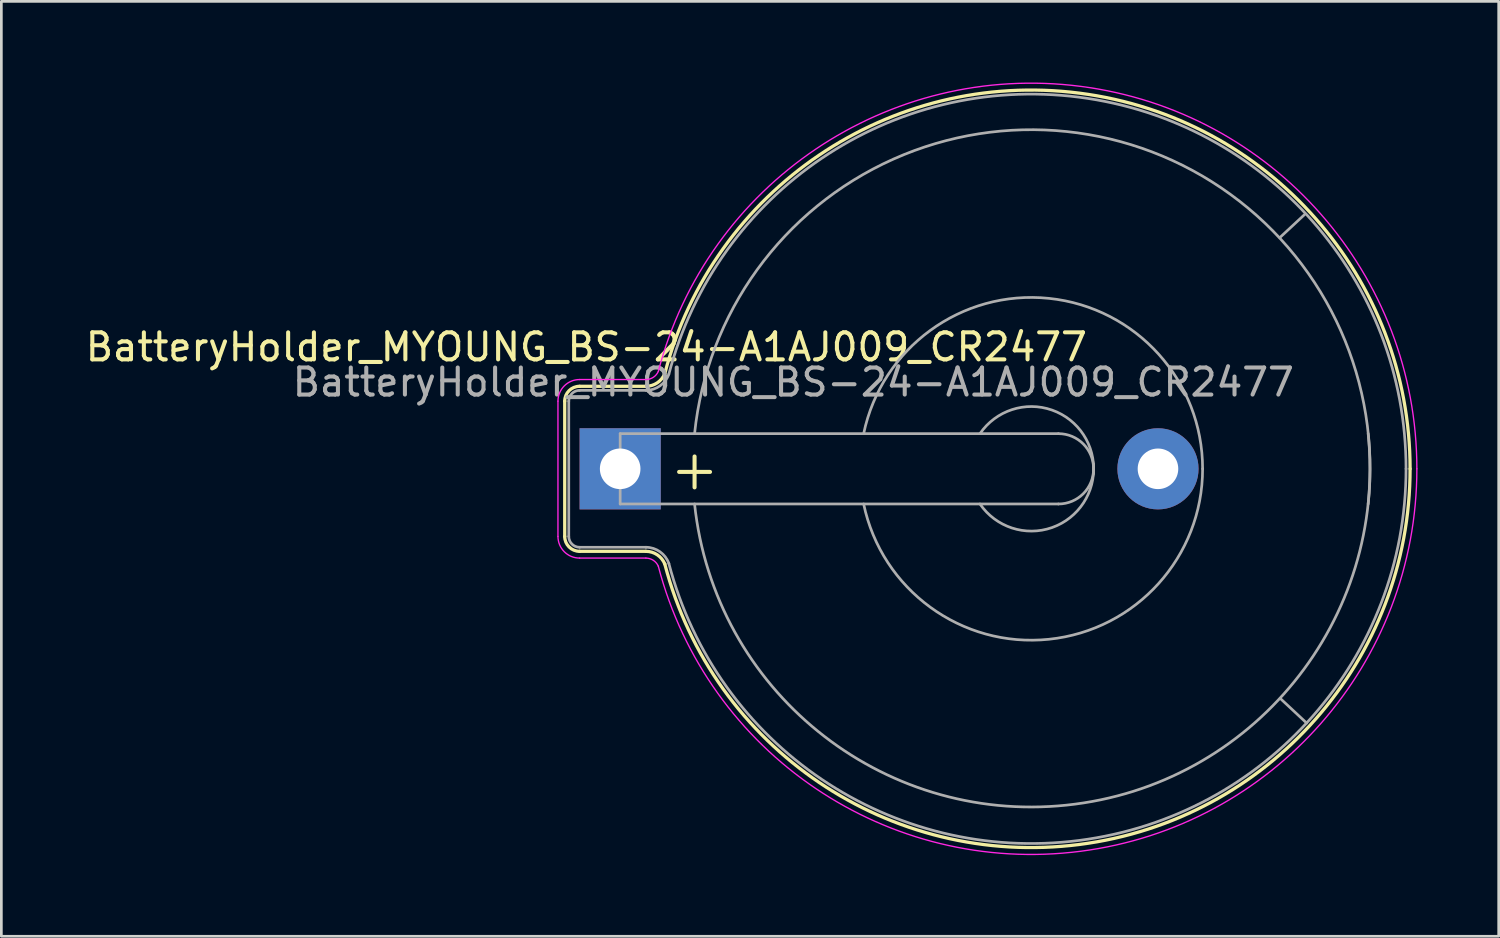
<source format=kicad_pcb>
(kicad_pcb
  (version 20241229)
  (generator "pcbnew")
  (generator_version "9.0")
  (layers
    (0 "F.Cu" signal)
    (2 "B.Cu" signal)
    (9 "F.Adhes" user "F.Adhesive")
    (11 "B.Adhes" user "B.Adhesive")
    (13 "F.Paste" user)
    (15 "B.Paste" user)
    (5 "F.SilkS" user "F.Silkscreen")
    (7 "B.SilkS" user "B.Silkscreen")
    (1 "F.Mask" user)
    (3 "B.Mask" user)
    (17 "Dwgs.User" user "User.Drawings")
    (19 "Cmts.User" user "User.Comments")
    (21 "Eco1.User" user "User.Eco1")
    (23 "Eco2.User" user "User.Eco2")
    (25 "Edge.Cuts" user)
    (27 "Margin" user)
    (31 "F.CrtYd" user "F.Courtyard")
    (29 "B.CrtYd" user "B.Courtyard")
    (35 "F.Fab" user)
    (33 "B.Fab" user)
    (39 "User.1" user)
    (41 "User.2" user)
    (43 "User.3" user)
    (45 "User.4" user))
  (footprint "BatteryHolder_MYOUNG_BS-24-A1AJ009_CR2477"
    (layer "F.Cu")
    (at 19.875 14.28)
    (property "Reference" "BatteryHolder_MYOUNG_BS-24-A1AJ009_CR2477" (at -1.25 -4.5 0) (layer "F.SilkS") (effects (font (size 1 1) (thickness 0.15))))
    (attr through_hole)
    (fp_line (start -2.05 -2.5) (end -2.05 2.5) (stroke (width 0.12) (type solid)) (layer "F.SilkS"))
    (fp_line (start -1.5 3.05) (end 0.95 3.05) (stroke (width 0.12) (type solid)) (layer "F.SilkS"))
    (fp_line (start 0.95 -3.05) (end -1.5 -3.05) (stroke (width 0.12) (type solid)) (layer "F.SilkS"))
    (fp_arc (start -2.05 -2.5) (mid -1.888909 -2.888909) (end -1.5 -3.05) (stroke (width 0.12) (type solid)) (layer "F.SilkS"))
    (fp_arc (start -1.5 3.05) (mid -1.888909 2.888909) (end -2.05 2.5) (stroke (width 0.12) (type solid)) (layer "F.SilkS"))
    (fp_arc (start 0.95 3.05) (mid 1.371574 3.1784) (end 1.65 3.52) (stroke (width 0.12) (type solid)) (layer "F.SilkS"))
    (fp_arc (start 1.65 -3.52) (mid 1.371575 -3.1784) (end 0.95 -3.05) (stroke (width 0.12) (type solid)) (layer "F.SilkS"))
    (fp_arc (start 1.65 -3.52) (mid 16.974433 -13.886953) (end 29.2 0) (stroke (width 0.12) (type solid)) (layer "F.SilkS"))
    (fp_arc (start 29.2 0) (mid 16.974433 13.886952) (end 1.65 3.52) (stroke (width 0.12) (type solid)) (layer "F.SilkS"))
    (fp_line (start -2.3 -2.5) (end -2.3 2.5) (stroke (width 0.05) (type solid)) (layer "F.CrtYd"))
    (fp_line (start -1.5 3.3) (end 0.95 3.3) (stroke (width 0.05) (type solid)) (layer "F.CrtYd"))
    (fp_line (start 0.95 -3.3) (end -1.5 -3.3) (stroke (width 0.05) (type solid)) (layer "F.CrtYd"))
    (fp_arc (start -2.3 -2.5) (mid -2.065685 -3.065685) (end -1.5 -3.3) (stroke (width 0.05) (type solid)) (layer "F.CrtYd"))
    (fp_arc (start -1.5 3.3) (mid -2.065685 3.065685) (end -2.3 2.5) (stroke (width 0.05) (type solid)) (layer "F.CrtYd"))
    (fp_arc (start 0.95 3.3) (mid 1.22459 3.381628) (end 1.41 3.6) (stroke (width 0.05) (type solid)) (layer "F.CrtYd"))
    (fp_arc (start 1.41 -3.6) (mid 1.224591 -3.381627) (end 0.95 -3.3) (stroke (width 0.05) (type solid)) (layer "F.CrtYd"))
    (fp_arc (start 1.41 -3.6) (mid 17.014123 -14.138563) (end 29.45 0) (stroke (width 0.05) (type solid)) (layer "F.CrtYd"))
    (fp_arc (start 29.45 0) (mid 17.014124 14.138563) (end 1.41 3.6) (stroke (width 0.05) (type solid)) (layer "F.CrtYd"))
    (fp_line (start -1.9 -2.5) (end -1.9 2.5) (stroke (width 0.1) (type solid)) (layer "F.Fab"))
    (fp_line (start -1.5 2.9) (end 0.95 2.9) (stroke (width 0.1) (type solid)) (layer "F.Fab"))
    (fp_line (start 0 -1.3) (end 0 1.3) (stroke (width 0.1) (type solid)) (layer "F.Fab"))
    (fp_line (start 0 1.3) (end 16.2 1.3) (stroke (width 0.1) (type solid)) (layer "F.Fab"))
    (fp_line (start 0.95 -2.9) (end -1.5 -2.9) (stroke (width 0.1) (type solid)) (layer "F.Fab"))
    (fp_line (start 16.2 -1.3) (end 0 -1.3) (stroke (width 0.1) (type solid)) (layer "F.Fab"))
    (fp_line (start 24.384 -8.547) (end 25.299 -9.399) (stroke (width 0.1) (type solid)) (layer "F.Fab"))
    (fp_line (start 24.409 8.496) (end 25.375 9.398) (stroke (width 0.1) (type solid)) (layer "F.Fab"))
    (fp_arc (start -1.9 -2.5) (mid -1.782843 -2.782843) (end -1.5 -2.9) (stroke (width 0.1) (type solid)) (layer "F.Fab"))
    (fp_arc (start -1.5 2.9) (mid -1.782843 2.782843) (end -1.9 2.5) (stroke (width 0.1) (type solid)) (layer "F.Fab"))
    (fp_arc (start 0.95 2.9) (mid 1.470216 3.06511) (end 1.8 3.5) (stroke (width 0.1) (type solid)) (layer "F.Fab"))
    (fp_arc (start 1.8 -3.5) (mid 1.470217 -3.06511) (end 0.95 -2.9) (stroke (width 0.1) (type solid)) (layer "F.Fab"))
    (fp_arc (start 1.8 -3.5) (mid 16.964356 -13.736686) (end 29.049508 0) (stroke (width 0.1) (type solid)) (layer "F.Fab"))
    (fp_arc (start 2.75 -1.3) (mid 16.5 -12.45) (end 27.65 1.3) (stroke (width 0.1) (type solid)) (layer "F.Fab"))
    (fp_arc (start 9 -1.3) (mid 15.851289 -6.300938) (end 21.53 0) (stroke (width 0.1) (type solid)) (layer "F.Fab"))
    (fp_arc (start 13.3 -1.3) (mid 15.963947 -2.171724) (end 17.495448 0.175833) (stroke (width 0.1) (type solid)) (layer "F.Fab"))
    (fp_arc (start 16.2 -1.3) (mid 17.5 0) (end 16.2 1.3) (stroke (width 0.1) (type solid)) (layer "F.Fab"))
    (fp_arc (start 17.495448 -0.175833) (mid 15.963947 2.171724) (end 13.3 1.3) (stroke (width 0.1) (type solid)) (layer "F.Fab"))
    (fp_arc (start 21.53 0) (mid 15.851292 6.300937) (end 9 1.3) (stroke (width 0.1) (type solid)) (layer "F.Fab"))
    (fp_arc (start 27.65 -1.3) (mid 16.5 12.45) (end 2.75 1.3) (stroke (width 0.1) (type solid)) (layer "F.Fab"))
    (fp_arc (start 29.049508 0) (mid 16.964356 13.736685) (end 1.8 3.5) (stroke (width 0.1) (type solid)) (layer "F.Fab"))
    (fp_text user "+" (at 2.75 0 0) (layer "F.SilkS") (effects (font (size 1.5 1.5) (thickness 0.15))))
    (fp_text user "${REFERENCE}" (at 6.4 -3.2 0) (layer "F.Fab") (effects (font (size 1 1) (thickness 0.15))))
    (pad "1" thru_hole rect (at 0 0) (size 3 3) (drill 1.5) (layers "*.Cu" "*.Mask"))
    (pad "2" thru_hole circle (at 19.88 0) (size 3 3) (drill 1.5) (layers "*.Cu" "*.Mask")))
  (gr_rect
    (start -3 -3)
    (end 52.35 31.559)
    (stroke (width 0.1) (type default))
    (fill no)
    (layer "Edge.Cuts")))
</source>
